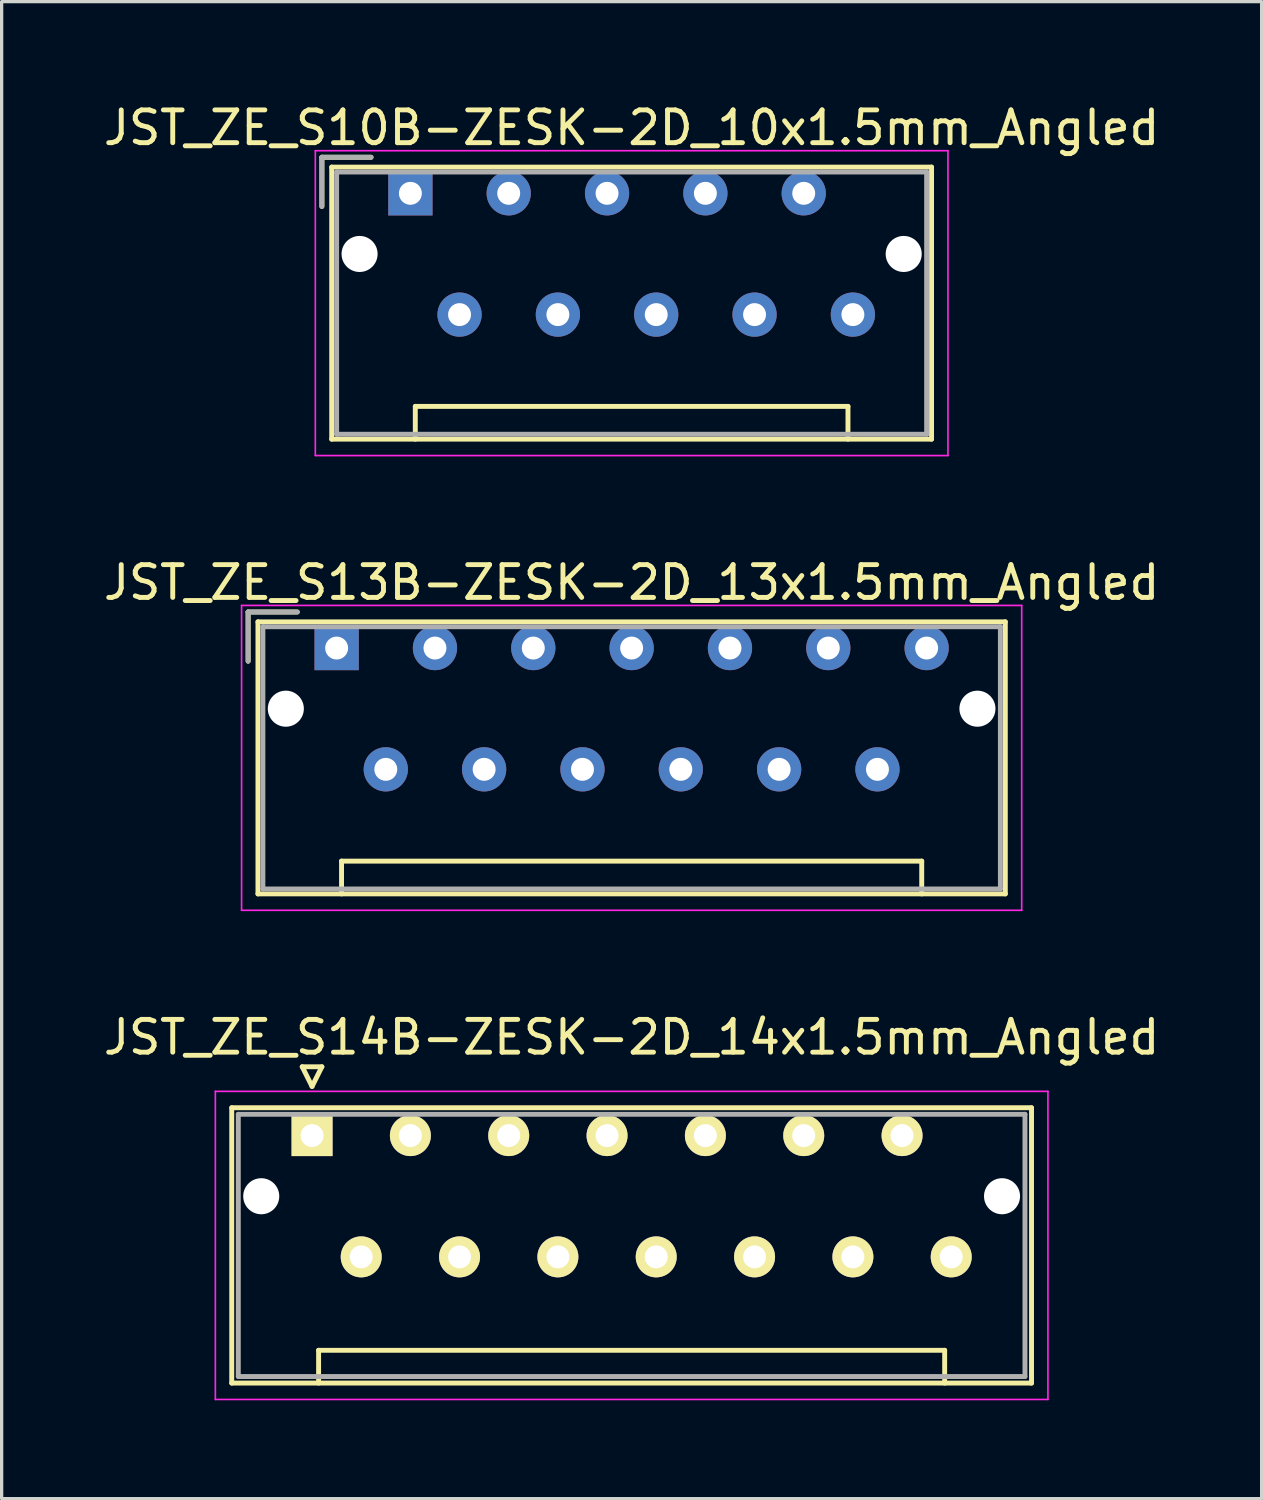
<source format=kicad_pcb>
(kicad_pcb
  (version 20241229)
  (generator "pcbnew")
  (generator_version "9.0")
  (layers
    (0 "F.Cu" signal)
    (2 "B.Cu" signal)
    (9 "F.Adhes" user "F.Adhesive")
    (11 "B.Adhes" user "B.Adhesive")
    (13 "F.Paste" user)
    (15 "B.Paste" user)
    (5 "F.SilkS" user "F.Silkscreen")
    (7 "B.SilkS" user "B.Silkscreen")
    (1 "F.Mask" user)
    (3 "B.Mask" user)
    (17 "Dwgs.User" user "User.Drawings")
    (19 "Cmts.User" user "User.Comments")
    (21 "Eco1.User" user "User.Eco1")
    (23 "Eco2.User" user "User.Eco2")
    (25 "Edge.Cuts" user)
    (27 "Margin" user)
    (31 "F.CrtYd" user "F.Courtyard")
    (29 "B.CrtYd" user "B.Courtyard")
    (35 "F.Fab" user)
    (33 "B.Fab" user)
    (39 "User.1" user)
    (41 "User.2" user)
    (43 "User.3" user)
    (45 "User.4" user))
  (footprint "JST_ZE_S13B-ZESK-2D_13x1.5mm_Angled"
    (layer "F.Cu")
    (at 7.22 16.721)
    (property "Reference" "JST_ZE_S13B-ZESK-2D_13x1.5mm_Angled" (at 9 -2 0) (layer "F.SilkS") (effects (font (size 1 1) (thickness 0.15))))
    (attr through_hole)
    (fp_line (start -2.7 -1.1) (end -1.2 -1.1) (stroke (width 0.15) (type solid)) (layer "F.SilkS"))
    (fp_line (start -2.7 0.4) (end -2.7 -1.1) (stroke (width 0.15) (type solid)) (layer "F.SilkS"))
    (fp_line (start -2.4 -0.8) (end -2.4 7.5) (stroke (width 0.15) (type solid)) (layer "F.SilkS"))
    (fp_line (start -2.4 7.5) (end 20.4 7.5) (stroke (width 0.15) (type solid)) (layer "F.SilkS"))
    (fp_line (start 0.15 6.5) (end 17.85 6.5) (stroke (width 0.15) (type solid)) (layer "F.SilkS"))
    (fp_line (start 0.15 7.5) (end 0.15 6.5) (stroke (width 0.15) (type solid)) (layer "F.SilkS"))
    (fp_line (start 17.85 6.5) (end 17.85 7.5) (stroke (width 0.15) (type solid)) (layer "F.SilkS"))
    (fp_line (start 20.4 -0.8) (end -2.4 -0.8) (stroke (width 0.15) (type solid)) (layer "F.SilkS"))
    (fp_line (start 20.4 7.5) (end 20.4 -0.8) (stroke (width 0.15) (type solid)) (layer "F.SilkS"))
    (fp_line (start -2.9 -1.3) (end -2.9 8) (stroke (width 0.05) (type solid)) (layer "F.CrtYd"))
    (fp_line (start -2.9 8) (end 20.9 8) (stroke (width 0.05) (type solid)) (layer "F.CrtYd"))
    (fp_line (start 20.9 -1.3) (end -2.9 -1.3) (stroke (width 0.05) (type solid)) (layer "F.CrtYd"))
    (fp_line (start 20.9 8) (end 20.9 -1.3) (stroke (width 0.05) (type solid)) (layer "F.CrtYd"))
    (fp_line (start -2.7 -1.1) (end -1.2 -1.1) (stroke (width 0.15) (type solid)) (layer "F.Fab"))
    (fp_line (start -2.7 0.4) (end -2.7 -1.1) (stroke (width 0.15) (type solid)) (layer "F.Fab"))
    (fp_line (start -2.25 -0.65) (end -2.25 7.35) (stroke (width 0.15) (type solid)) (layer "F.Fab"))
    (fp_line (start -2.25 7.35) (end 20.25 7.35) (stroke (width 0.15) (type solid)) (layer "F.Fab"))
    (fp_line (start 20.25 -0.65) (end -2.25 -0.65) (stroke (width 0.15) (type solid)) (layer "F.Fab"))
    (fp_line (start 20.25 7.35) (end 20.25 -0.65) (stroke (width 0.15) (type solid)) (layer "F.Fab"))
    (pad "" np_thru_hole circle (at -1.55 1.85) (size 1.1 1.1) (drill 1.1) (layers "*.Cu"))
    (pad "" np_thru_hole circle (at 19.55 1.85) (size 1.1 1.1) (drill 1.1) (layers "*.Cu"))
    (pad "1" thru_hole rect (at 0 0) (size 1.35 1.35) (drill 0.7) (layers "*.Cu" "*.Mask"))
    (pad "2" thru_hole circle (at 1.5 3.7) (size 1.35 1.35) (drill 0.7) (layers "*.Cu" "*.Mask"))
    (pad "3" thru_hole circle (at 3 0) (size 1.35 1.35) (drill 0.7) (layers "*.Cu" "*.Mask"))
    (pad "4" thru_hole circle (at 4.5 3.7) (size 1.35 1.35) (drill 0.7) (layers "*.Cu" "*.Mask"))
    (pad "5" thru_hole circle (at 6 0) (size 1.35 1.35) (drill 0.7) (layers "*.Cu" "*.Mask"))
    (pad "6" thru_hole circle (at 7.5 3.7) (size 1.35 1.35) (drill 0.7) (layers "*.Cu" "*.Mask"))
    (pad "7" thru_hole circle (at 9 0) (size 1.35 1.35) (drill 0.7) (layers "*.Cu" "*.Mask"))
    (pad "8" thru_hole circle (at 10.5 3.7) (size 1.35 1.35) (drill 0.7) (layers "*.Cu" "*.Mask"))
    (pad "9" thru_hole circle (at 12 0) (size 1.35 1.35) (drill 0.7) (layers "*.Cu" "*.Mask"))
    (pad "10" thru_hole circle (at 13.5 3.7) (size 1.35 1.35) (drill 0.7) (layers "*.Cu" "*.Mask"))
    (pad "11" thru_hole circle (at 15 0) (size 1.35 1.35) (drill 0.7) (layers "*.Cu" "*.Mask"))
    (pad "12" thru_hole circle (at 16.5 3.7) (size 1.35 1.35) (drill 0.7) (layers "*.Cu" "*.Mask"))
    (pad "13" thru_hole circle (at 18 0) (size 1.35 1.35) (drill 0.7) (layers "*.Cu" "*.Mask")))
  (footprint "JST_ZE_S14B-ZESK-2D_14x1.5mm_Angled"
    (layer "F.Cu")
    (at 6.47 31.595)
    (property "Reference" "JST_ZE_S14B-ZESK-2D_14x1.5mm_Angled" (at 9.75 -3 0) (layer "F.SilkS") (effects (font (size 1 1) (thickness 0.15))))
    (attr through_hole)
    (fp_line (start -2.45 -0.85) (end -2.45 7.55) (stroke (width 0.15) (type solid)) (layer "F.SilkS"))
    (fp_line (start -2.45 7.55) (end 21.95 7.55) (stroke (width 0.15) (type solid)) (layer "F.SilkS"))
    (fp_line (start -0.3 -2.1) (end 0.3 -2.1) (stroke (width 0.15) (type solid)) (layer "F.SilkS"))
    (fp_line (start 0 -1.5) (end -0.3 -2.1) (stroke (width 0.15) (type solid)) (layer "F.SilkS"))
    (fp_line (start 0.2 6.55) (end 19.3 6.55) (stroke (width 0.15) (type solid)) (layer "F.SilkS"))
    (fp_line (start 0.2 7.55) (end 0.2 6.55) (stroke (width 0.15) (type solid)) (layer "F.SilkS"))
    (fp_line (start 0.3 -2.1) (end 0 -1.5) (stroke (width 0.15) (type solid)) (layer "F.SilkS"))
    (fp_line (start 19.3 6.55) (end 19.3 7.55) (stroke (width 0.15) (type solid)) (layer "F.SilkS"))
    (fp_line (start 21.95 -0.85) (end -2.45 -0.85) (stroke (width 0.15) (type solid)) (layer "F.SilkS"))
    (fp_line (start 21.95 7.55) (end 21.95 -0.85) (stroke (width 0.15) (type solid)) (layer "F.SilkS"))
    (fp_line (start -2.95 -1.35) (end -2.95 8.05) (stroke (width 0.05) (type solid)) (layer "F.CrtYd"))
    (fp_line (start -2.95 8.05) (end 22.45 8.05) (stroke (width 0.05) (type solid)) (layer "F.CrtYd"))
    (fp_line (start 22.45 -1.35) (end -2.95 -1.35) (stroke (width 0.05) (type solid)) (layer "F.CrtYd"))
    (fp_line (start 22.45 8.05) (end 22.45 -1.35) (stroke (width 0.05) (type solid)) (layer "F.CrtYd"))
    (fp_line (start -2.25 -0.65) (end -2.25 7.35) (stroke (width 0.15) (type solid)) (layer "F.Fab"))
    (fp_line (start -2.25 7.35) (end 21.75 7.35) (stroke (width 0.15) (type solid)) (layer "F.Fab"))
    (fp_line (start 21.75 -0.65) (end -2.25 -0.65) (stroke (width 0.15) (type solid)) (layer "F.Fab"))
    (fp_line (start 21.75 7.35) (end 21.75 -0.65) (stroke (width 0.15) (type solid)) (layer "F.Fab"))
    (pad "" np_thru_hole circle (at -1.55 1.85) (size 1.1 1.1) (drill 1.1) (layers "*.Cu"))
    (pad "" np_thru_hole circle (at 21.05 1.85) (size 1.1 1.1) (drill 1.1) (layers "*.Cu"))
    (pad "1" thru_hole rect (at 0 0) (size 1.25 1.25) (drill 0.7) (layers "*.Cu" "*.Mask" "F.SilkS"))
    (pad "2" thru_hole circle (at 1.5 3.7) (size 1.25 1.25) (drill 0.7) (layers "*.Cu" "*.Mask" "F.SilkS"))
    (pad "3" thru_hole circle (at 3 0) (size 1.25 1.25) (drill 0.7) (layers "*.Cu" "*.Mask" "F.SilkS"))
    (pad "4" thru_hole circle (at 4.5 3.7) (size 1.25 1.25) (drill 0.7) (layers "*.Cu" "*.Mask" "F.SilkS"))
    (pad "5" thru_hole circle (at 6 0) (size 1.25 1.25) (drill 0.7) (layers "*.Cu" "*.Mask" "F.SilkS"))
    (pad "6" thru_hole circle (at 7.5 3.7) (size 1.25 1.25) (drill 0.7) (layers "*.Cu" "*.Mask" "F.SilkS"))
    (pad "7" thru_hole circle (at 9 0) (size 1.25 1.25) (drill 0.7) (layers "*.Cu" "*.Mask" "F.SilkS"))
    (pad "8" thru_hole circle (at 10.5 3.7) (size 1.25 1.25) (drill 0.7) (layers "*.Cu" "*.Mask" "F.SilkS"))
    (pad "9" thru_hole circle (at 12 0) (size 1.25 1.25) (drill 0.7) (layers "*.Cu" "*.Mask" "F.SilkS"))
    (pad "10" thru_hole circle (at 13.5 3.7) (size 1.25 1.25) (drill 0.7) (layers "*.Cu" "*.Mask" "F.SilkS"))
    (pad "11" thru_hole circle (at 15 0) (size 1.25 1.25) (drill 0.7) (layers "*.Cu" "*.Mask" "F.SilkS"))
    (pad "12" thru_hole circle (at 16.5 3.7) (size 1.25 1.25) (drill 0.7) (layers "*.Cu" "*.Mask" "F.SilkS"))
    (pad "13" thru_hole circle (at 18 0) (size 1.25 1.25) (drill 0.7) (layers "*.Cu" "*.Mask" "F.SilkS"))
    (pad "14" thru_hole circle (at 19.5 3.7) (size 1.25 1.25) (drill 0.7) (layers "*.Cu" "*.Mask" "F.SilkS")))
  (footprint "JST_ZE_S10B-ZESK-2D_10x1.5mm_Angled"
    (layer "F.Cu")
    (at 9.47 2.848)
    (property "Reference" "JST_ZE_S10B-ZESK-2D_10x1.5mm_Angled" (at 6.75 -2 0) (layer "F.SilkS") (effects (font (size 1 1) (thickness 0.15))))
    (attr through_hole)
    (fp_line (start -2.7 -1.1) (end -1.2 -1.1) (stroke (width 0.15) (type solid)) (layer "F.SilkS"))
    (fp_line (start -2.7 0.4) (end -2.7 -1.1) (stroke (width 0.15) (type solid)) (layer "F.SilkS"))
    (fp_line (start -2.4 -0.8) (end -2.4 7.5) (stroke (width 0.15) (type solid)) (layer "F.SilkS"))
    (fp_line (start -2.4 7.5) (end 15.9 7.5) (stroke (width 0.15) (type solid)) (layer "F.SilkS"))
    (fp_line (start 0.15 6.5) (end 13.35 6.5) (stroke (width 0.15) (type solid)) (layer "F.SilkS"))
    (fp_line (start 0.15 7.5) (end 0.15 6.5) (stroke (width 0.15) (type solid)) (layer "F.SilkS"))
    (fp_line (start 13.35 6.5) (end 13.35 7.5) (stroke (width 0.15) (type solid)) (layer "F.SilkS"))
    (fp_line (start 15.9 -0.8) (end -2.4 -0.8) (stroke (width 0.15) (type solid)) (layer "F.SilkS"))
    (fp_line (start 15.9 7.5) (end 15.9 -0.8) (stroke (width 0.15) (type solid)) (layer "F.SilkS"))
    (fp_line (start -2.9 -1.3) (end -2.9 8) (stroke (width 0.05) (type solid)) (layer "F.CrtYd"))
    (fp_line (start -2.9 8) (end 16.4 8) (stroke (width 0.05) (type solid)) (layer "F.CrtYd"))
    (fp_line (start 16.4 -1.3) (end -2.9 -1.3) (stroke (width 0.05) (type solid)) (layer "F.CrtYd"))
    (fp_line (start 16.4 8) (end 16.4 -1.3) (stroke (width 0.05) (type solid)) (layer "F.CrtYd"))
    (fp_line (start -2.7 -1.1) (end -1.2 -1.1) (stroke (width 0.15) (type solid)) (layer "F.Fab"))
    (fp_line (start -2.7 0.4) (end -2.7 -1.1) (stroke (width 0.15) (type solid)) (layer "F.Fab"))
    (fp_line (start -2.25 -0.65) (end -2.25 7.35) (stroke (width 0.15) (type solid)) (layer "F.Fab"))
    (fp_line (start -2.25 7.35) (end 15.75 7.35) (stroke (width 0.15) (type solid)) (layer "F.Fab"))
    (fp_line (start 15.75 -0.65) (end -2.25 -0.65) (stroke (width 0.15) (type solid)) (layer "F.Fab"))
    (fp_line (start 15.75 7.35) (end 15.75 -0.65) (stroke (width 0.15) (type solid)) (layer "F.Fab"))
    (pad "" np_thru_hole circle (at -1.55 1.85) (size 1.1 1.1) (drill 1.1) (layers "*.Cu"))
    (pad "" np_thru_hole circle (at 15.05 1.85) (size 1.1 1.1) (drill 1.1) (layers "*.Cu"))
    (pad "1" thru_hole rect (at 0 0) (size 1.35 1.35) (drill 0.7) (layers "*.Cu" "*.Mask"))
    (pad "2" thru_hole circle (at 1.5 3.7) (size 1.35 1.35) (drill 0.7) (layers "*.Cu" "*.Mask"))
    (pad "3" thru_hole circle (at 3 0) (size 1.35 1.35) (drill 0.7) (layers "*.Cu" "*.Mask"))
    (pad "4" thru_hole circle (at 4.5 3.7) (size 1.35 1.35) (drill 0.7) (layers "*.Cu" "*.Mask"))
    (pad "5" thru_hole circle (at 6 0) (size 1.35 1.35) (drill 0.7) (layers "*.Cu" "*.Mask"))
    (pad "6" thru_hole circle (at 7.5 3.7) (size 1.35 1.35) (drill 0.7) (layers "*.Cu" "*.Mask"))
    (pad "7" thru_hole circle (at 9 0) (size 1.35 1.35) (drill 0.7) (layers "*.Cu" "*.Mask"))
    (pad "8" thru_hole circle (at 10.5 3.7) (size 1.35 1.35) (drill 0.7) (layers "*.Cu" "*.Mask"))
    (pad "9" thru_hole circle (at 12 0) (size 1.35 1.35) (drill 0.7) (layers "*.Cu" "*.Mask"))
    (pad "10" thru_hole circle (at 13.5 3.7) (size 1.35 1.35) (drill 0.7) (layers "*.Cu" "*.Mask")))
  (gr_rect
    (start -3 -3)
    (end 35.44 42.67)
    (stroke (width 0.1) (type default))
    (fill no)
    (layer "Edge.Cuts")))
</source>
